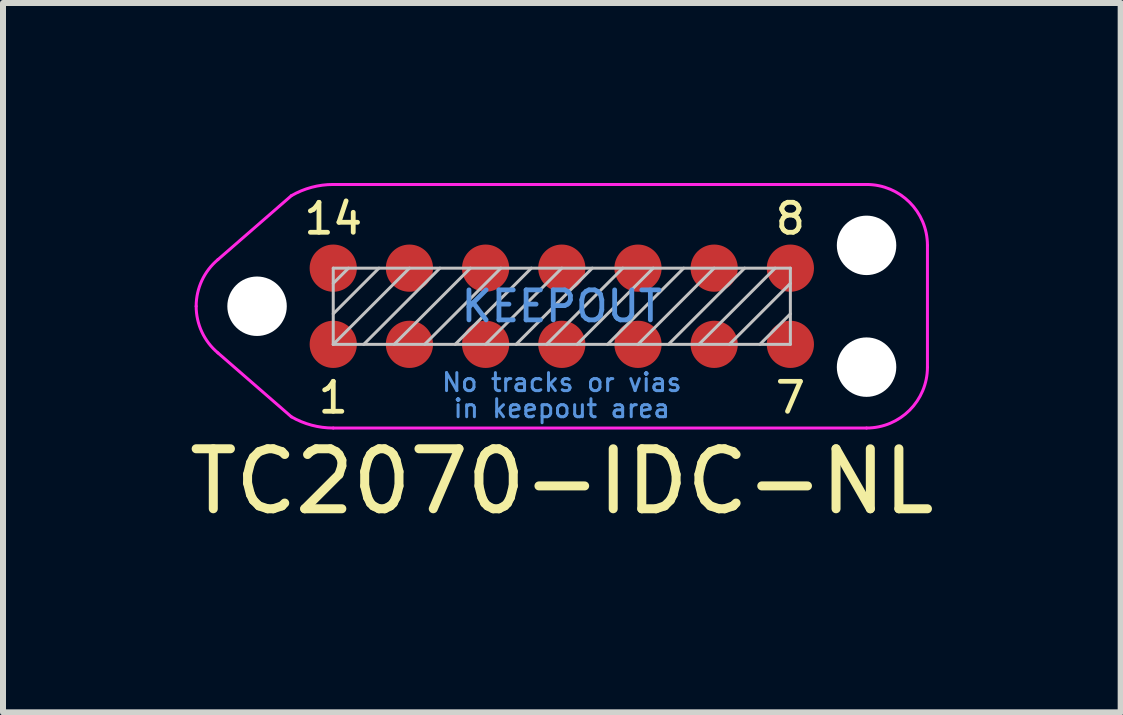
<source format=kicad_pcb>
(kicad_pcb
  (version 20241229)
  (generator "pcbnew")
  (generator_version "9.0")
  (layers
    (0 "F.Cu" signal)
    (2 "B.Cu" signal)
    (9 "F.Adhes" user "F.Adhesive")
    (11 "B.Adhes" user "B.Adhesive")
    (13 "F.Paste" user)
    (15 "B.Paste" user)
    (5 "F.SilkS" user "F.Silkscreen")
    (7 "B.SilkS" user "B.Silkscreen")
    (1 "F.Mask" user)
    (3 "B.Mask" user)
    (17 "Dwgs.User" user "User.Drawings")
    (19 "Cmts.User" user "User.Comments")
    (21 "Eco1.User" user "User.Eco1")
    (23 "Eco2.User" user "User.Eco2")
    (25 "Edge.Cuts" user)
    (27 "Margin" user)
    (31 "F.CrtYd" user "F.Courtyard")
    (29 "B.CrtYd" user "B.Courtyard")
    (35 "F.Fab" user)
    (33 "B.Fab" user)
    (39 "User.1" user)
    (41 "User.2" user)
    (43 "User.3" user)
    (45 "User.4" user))
  (footprint "TC2070-IDC-NL"
    (layer "F.Cu")
    (at 6.315 2.055)
    (property "Reference" "TC2070-IDC-NL" (at 0 2.921 0) (layer "F.SilkS") (effects (font (size 1 1) (thickness 0.15))))
    (attr exclude_from_pos_files exclude_from_bom)
    (fp_line (start -3.81 -0.381) (end -3.556 -0.635) (stroke (width 0.05) (type solid)) (layer "Dwgs.User"))
    (fp_line (start -3.81 0.127) (end -3.048 -0.635) (stroke (width 0.05) (type solid)) (layer "Dwgs.User"))
    (fp_line (start -3.81 0.635) (end -3.81 -0.635) (stroke (width 0.05) (type solid)) (layer "Dwgs.User"))
    (fp_line (start -3.81 0.635) (end -2.54 -0.635) (stroke (width 0.05) (type solid)) (layer "Dwgs.User"))
    (fp_line (start -3.302 0.635) (end -2.032 -0.635) (stroke (width 0.05) (type solid)) (layer "Dwgs.User"))
    (fp_line (start -2.794 0.635) (end -1.524 -0.635) (stroke (width 0.05) (type solid)) (layer "Dwgs.User"))
    (fp_line (start -2.286 0.635) (end -1.016 -0.635) (stroke (width 0.05) (type solid)) (layer "Dwgs.User"))
    (fp_line (start -1.778 0.635) (end -0.508 -0.635) (stroke (width 0.05) (type solid)) (layer "Dwgs.User"))
    (fp_line (start -1.27 0.635) (end 0 -0.635) (stroke (width 0.05) (type solid)) (layer "Dwgs.User"))
    (fp_line (start -0.762 0.635) (end 0.508 -0.635) (stroke (width 0.05) (type solid)) (layer "Dwgs.User"))
    (fp_line (start -0.254 0.635) (end 1.016 -0.635) (stroke (width 0.05) (type solid)) (layer "Dwgs.User"))
    (fp_line (start 0.254 0.635) (end 1.524 -0.635) (stroke (width 0.05) (type solid)) (layer "Dwgs.User"))
    (fp_line (start 0.762 0.635) (end 2.032 -0.635) (stroke (width 0.05) (type solid)) (layer "Dwgs.User"))
    (fp_line (start 1.27 0.635) (end 2.54 -0.635) (stroke (width 0.05) (type solid)) (layer "Dwgs.User"))
    (fp_line (start 1.778 0.635) (end 3.048 -0.635) (stroke (width 0.05) (type solid)) (layer "Dwgs.User"))
    (fp_line (start 2.286 0.635) (end 3.556 -0.635) (stroke (width 0.05) (type solid)) (layer "Dwgs.User"))
    (fp_line (start 2.794 0.635) (end 3.81 -0.381) (stroke (width 0.05) (type solid)) (layer "Dwgs.User"))
    (fp_line (start 3.302 0.635) (end 3.81 0.127) (stroke (width 0.05) (type solid)) (layer "Dwgs.User"))
    (fp_line (start 3.81 -0.635) (end -3.81 -0.635) (stroke (width 0.05) (type solid)) (layer "Dwgs.User"))
    (fp_line (start 3.81 -0.635) (end 3.81 0.635) (stroke (width 0.05) (type solid)) (layer "Dwgs.User"))
    (fp_line (start 3.81 0.635) (end -3.81 0.635) (stroke (width 0.05) (type solid)) (layer "Dwgs.User"))
    (fp_line (start -5.732 0.778) (end -4.508 1.843) (stroke (width 0.05) (type solid)) (layer "F.CrtYd"))
    (fp_line (start -4.508 -1.843) (end -5.732 -0.778) (stroke (width 0.05) (type solid)) (layer "F.CrtYd"))
    (fp_line (start 5.08 -2.03) (end -3.81 -2.03) (stroke (width 0.05) (type solid)) (layer "F.CrtYd"))
    (fp_line (start 5.08 2.03) (end -3.81 2.03) (stroke (width 0.05) (type solid)) (layer "F.CrtYd"))
    (fp_line (start 6.095 -1.015) (end 6.095 1.015) (stroke (width 0.05) (type solid)) (layer "F.CrtYd"))
    (fp_arc (start -6.095 0) (mid -5.999902 -0.428958) (end -5.732429 -0.777535) (stroke (width 0.05) (type solid)) (layer "F.CrtYd"))
    (fp_arc (start -5.732429 0.777535) (mid -5.999902 0.428958) (end -6.095 0) (stroke (width 0.05) (type solid)) (layer "F.CrtYd"))
    (fp_arc (start -4.5075 -1.843105) (mid -4.171053 -1.982466) (end -3.81 -2.03) (stroke (width 0.05) (type solid)) (layer "F.CrtYd"))
    (fp_arc (start -3.81 2.03) (mid -4.171053 1.982466) (end -4.5075 1.843105) (stroke (width 0.05) (type solid)) (layer "F.CrtYd"))
    (fp_arc (start 5.08 -2.03) (mid 5.797713 -1.732713) (end 6.095 -1.015) (stroke (width 0.05) (type solid)) (layer "F.CrtYd"))
    (fp_arc (start 6.095 1.015) (mid 5.797713 1.732713) (end 5.08 2.03) (stroke (width 0.05) (type solid)) (layer "F.CrtYd"))
    (fp_text user "1" (at -3.81 1.524 0) (layer "F.SilkS") (effects (font (size 0.5 0.5) (thickness 0.08))))
    (fp_text user "7" (at 3.81 1.524 0) (layer "F.SilkS") (effects (font (size 0.5 0.5) (thickness 0.08))))
    (fp_text user "8" (at 3.81 -1.46 0) (layer "F.SilkS") (effects (font (size 0.5 0.5) (thickness 0.08))))
    (fp_text user "14" (at -3.81 -1.46 0) (layer "F.SilkS") (effects (font (size 0.5 0.5) (thickness 0.08))))
    (fp_text user "KEEPOUT" (at 0 0 0) (layer "Cmts.User") (effects (font (size 0.5 0.5) (thickness 0.08))))
    (fp_text user "in keepout area" (at 0 1.705 0) (layer "Cmts.User") (effects (font (size 0.3 0.3) (thickness 0.05))))
    (fp_text user "No tracks or vias" (at 0 1.27 0) (layer "Cmts.User") (effects (font (size 0.3 0.3) (thickness 0.05))))
    (pad "" np_thru_hole circle (at -5.08 0) (size 0.991 0.991) (drill 0.991) (layers "*.Cu" "*.Mask"))
    (pad "" np_thru_hole circle (at 5.08 -1.015) (size 0.991 0.991) (drill 0.991) (layers "*.Cu" "*.Mask"))
    (pad "" np_thru_hole circle (at 5.08 1.015) (size 0.991 0.991) (drill 0.991) (layers "*.Cu" "*.Mask"))
    (pad "1" smd circle (at -3.81 0.635) (size 0.787 0.787) (layers "F.Cu" "F.Mask"))
    (pad "2" smd circle (at -2.54 0.635) (size 0.787 0.787) (layers "F.Cu" "F.Mask"))
    (pad "3" smd circle (at -1.27 0.635) (size 0.787 0.787) (layers "F.Cu" "F.Mask"))
    (pad "4" smd circle (at 0 0.635) (size 0.787 0.787) (layers "F.Cu" "F.Mask"))
    (pad "5" smd circle (at 1.27 0.635) (size 0.787 0.787) (layers "F.Cu" "F.Mask"))
    (pad "6" smd circle (at 2.54 0.635) (size 0.787 0.787) (layers "F.Cu" "F.Mask"))
    (pad "7" smd circle (at 3.81 0.635) (size 0.787 0.787) (layers "F.Cu" "F.Mask"))
    (pad "8" smd circle (at 3.81 -0.635) (size 0.787 0.787) (layers "F.Cu" "F.Mask"))
    (pad "9" smd circle (at 2.54 -0.635) (size 0.787 0.787) (layers "F.Cu" "F.Mask"))
    (pad "10" smd circle (at 1.27 -0.635) (size 0.787 0.787) (layers "F.Cu" "F.Mask"))
    (pad "11" smd circle (at 0 -0.635) (size 0.787 0.787) (layers "F.Cu" "F.Mask"))
    (pad "12" smd circle (at -1.27 -0.635) (size 0.787 0.787) (layers "F.Cu" "F.Mask"))
    (pad "13" smd circle (at -2.54 -0.635) (size 0.787 0.787) (layers "F.Cu" "F.Mask"))
    (pad "14" smd circle (at -3.81 -0.635) (size 0.787 0.787) (layers "F.Cu" "F.Mask")))
  (gr_rect
    (start -3 -3)
    (end 15.631 8.824)
    (stroke (width 0.1) (type default))
    (fill no)
    (layer "Edge.Cuts")))
</source>
